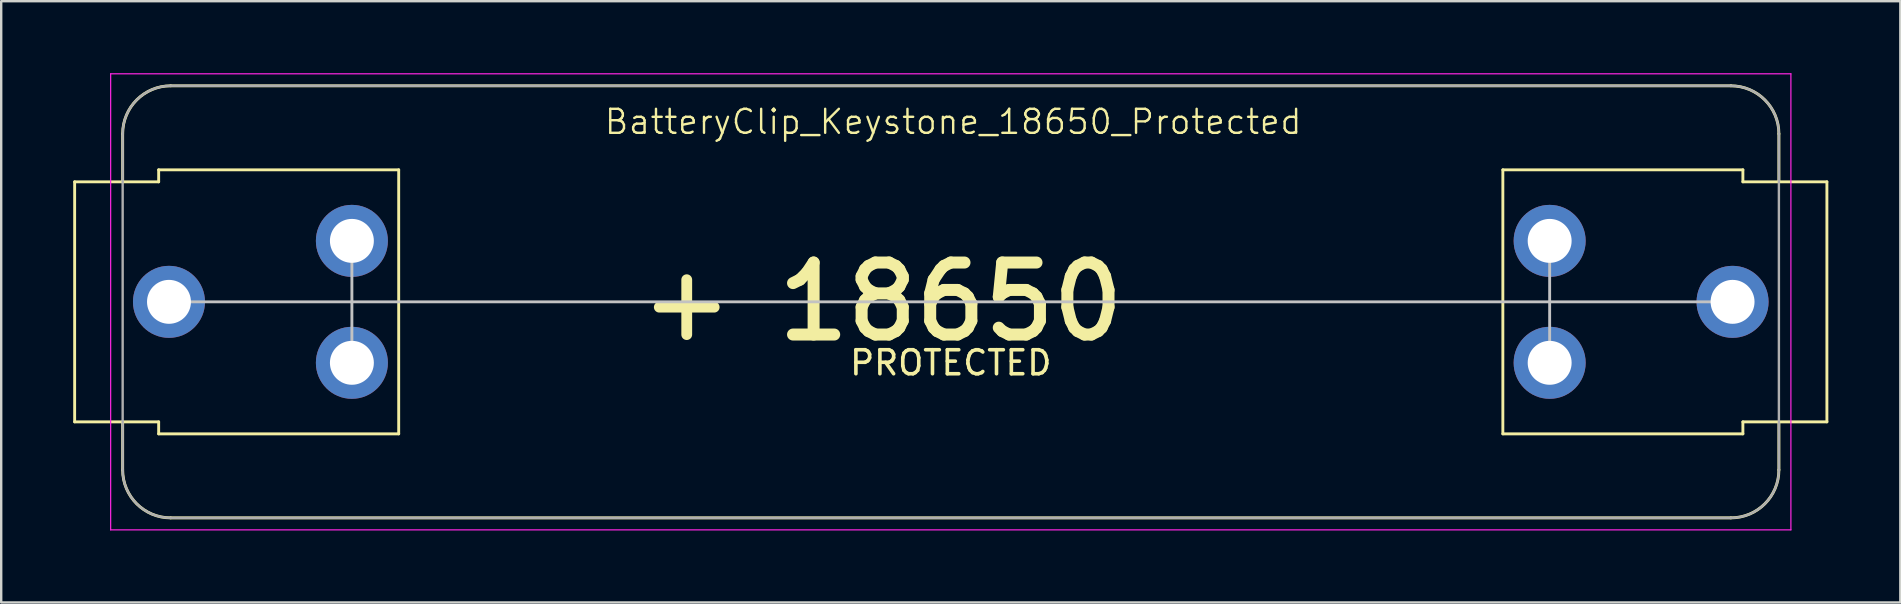
<source format=kicad_pcb>
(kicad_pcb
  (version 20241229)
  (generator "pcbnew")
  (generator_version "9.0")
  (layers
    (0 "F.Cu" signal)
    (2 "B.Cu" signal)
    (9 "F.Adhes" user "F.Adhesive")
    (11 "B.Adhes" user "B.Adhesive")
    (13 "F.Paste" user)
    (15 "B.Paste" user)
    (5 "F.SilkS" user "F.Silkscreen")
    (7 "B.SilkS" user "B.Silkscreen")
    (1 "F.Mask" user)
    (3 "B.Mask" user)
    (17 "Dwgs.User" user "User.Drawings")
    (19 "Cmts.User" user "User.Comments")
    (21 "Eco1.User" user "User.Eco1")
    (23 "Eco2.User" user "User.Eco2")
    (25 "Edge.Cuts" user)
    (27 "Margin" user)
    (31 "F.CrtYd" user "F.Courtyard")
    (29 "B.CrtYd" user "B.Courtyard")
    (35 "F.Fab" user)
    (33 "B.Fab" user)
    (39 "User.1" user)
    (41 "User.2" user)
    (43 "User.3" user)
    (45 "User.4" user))
  (footprint "BatteryClip_Keystone_18650_Protected"
    (layer "F.Cu")
    (at 36.56 9.525)
    (property "Reference" "BatteryClip_Keystone_18650_Protected" (at 0.1 -7.5 0) (unlocked yes) (layer "F.SilkS") (effects (font (size 1 1) (thickness 0.1))))
    (attr smd)
    (fp_line (start -36.5 -5) (end -33 -5) (stroke (width 0.12) (type solid)) (layer "F.SilkS"))
    (fp_line (start -36.5 5) (end -36.5 -5) (stroke (width 0.12) (type solid)) (layer "F.SilkS"))
    (fp_line (start -36.5 5) (end -33 5) (stroke (width 0.12) (type solid)) (layer "F.SilkS"))
    (fp_line (start -34.5 -5) (end -34.5 -7) (stroke (width 0.12) (type solid)) (layer "F.SilkS"))
    (fp_line (start -34.5 5) (end -34.5 7) (stroke (width 0.12) (type solid)) (layer "F.SilkS"))
    (fp_line (start -33 -5.5) (end -23 -5.5) (stroke (width 0.12) (type solid)) (layer "F.SilkS"))
    (fp_line (start -33 -5) (end -33 -5.5) (stroke (width 0.12) (type solid)) (layer "F.SilkS"))
    (fp_line (start -33 5) (end -33 5.5) (stroke (width 0.12) (type solid)) (layer "F.SilkS"))
    (fp_line (start -32.5 -9) (end 32.5 -9) (stroke (width 0.12) (type solid)) (layer "F.SilkS"))
    (fp_line (start -32.5 9) (end 32.5 9) (stroke (width 0.12) (type solid)) (layer "F.SilkS"))
    (fp_line (start -23 -5.5) (end -23 5.5) (stroke (width 0.12) (type solid)) (layer "F.SilkS"))
    (fp_line (start -23 5.5) (end -33 5.5) (stroke (width 0.12) (type solid)) (layer "F.SilkS"))
    (fp_line (start 23 -5.5) (end 33 -5.5) (stroke (width 0.12) (type solid)) (layer "F.SilkS"))
    (fp_line (start 23 5.5) (end 23 -5.5) (stroke (width 0.12) (type solid)) (layer "F.SilkS"))
    (fp_line (start 23 5.5) (end 33 5.5) (stroke (width 0.12) (type solid)) (layer "F.SilkS"))
    (fp_line (start 33 -5) (end 33 -5.5) (stroke (width 0.12) (type solid)) (layer "F.SilkS"))
    (fp_line (start 33 5) (end 33 5.5) (stroke (width 0.12) (type solid)) (layer "F.SilkS"))
    (fp_line (start 34.5 -5) (end 34.5 -7) (stroke (width 0.12) (type solid)) (layer "F.SilkS"))
    (fp_line (start 34.5 5) (end 34.5 7) (stroke (width 0.12) (type solid)) (layer "F.SilkS"))
    (fp_line (start 36.5 -5) (end 33 -5) (stroke (width 0.12) (type solid)) (layer "F.SilkS"))
    (fp_line (start 36.5 -5) (end 36.5 5) (stroke (width 0.12) (type solid)) (layer "F.SilkS"))
    (fp_line (start 36.5 5) (end 33 5) (stroke (width 0.12) (type solid)) (layer "F.SilkS"))
    (fp_arc (start -34.5 -7) (mid -33.914214 -8.414214) (end -32.5 -9) (stroke (width 0.12) (type solid)) (layer "F.SilkS"))
    (fp_arc (start -32.5 9) (mid -33.914214 8.414214) (end -34.5 7) (stroke (width 0.12) (type solid)) (layer "F.SilkS"))
    (fp_arc (start 32.5 -9) (mid 33.914214 -8.414214) (end 34.5 -7) (stroke (width 0.12) (type solid)) (layer "F.SilkS"))
    (fp_arc (start 34.5 7) (mid 33.914214 8.414214) (end 32.5 9) (stroke (width 0.12) (type solid)) (layer "F.SilkS"))
    (fp_line (start -24.95 0) (end -32.57 0) (stroke (width 0.12) (type solid)) (layer "Dwgs.User"))
    (fp_line (start -24.95 0) (end 24.95 0) (stroke (width 0.12) (type solid)) (layer "Dwgs.User"))
    (fp_line (start -24.95 2.54) (end -24.95 -2.54) (stroke (width 0.12) (type solid)) (layer "Dwgs.User"))
    (fp_line (start 24.95 0) (end 32.57 0) (stroke (width 0.12) (type solid)) (layer "Dwgs.User"))
    (fp_line (start 24.95 2.54) (end 24.95 -2.54) (stroke (width 0.12) (type solid)) (layer "Dwgs.User"))
    (fp_line (start -35 -9.5) (end 35 -9.5) (stroke (width 0.05) (type solid)) (layer "F.CrtYd"))
    (fp_line (start -35 9.5) (end -35 -9.5) (stroke (width 0.05) (type solid)) (layer "F.CrtYd"))
    (fp_line (start 35 -9.5) (end 35 9.5) (stroke (width 0.05) (type solid)) (layer "F.CrtYd"))
    (fp_line (start 35 9.5) (end -35 9.5) (stroke (width 0.05) (type solid)) (layer "F.CrtYd"))
    (fp_line (start -34.5 7) (end -34.5 -7) (stroke (width 0.1) (type solid)) (layer "F.Fab"))
    (fp_line (start -32.5 -9) (end 32.5 -9) (stroke (width 0.1) (type solid)) (layer "F.Fab"))
    (fp_line (start 32.5 9) (end -32.5 9) (stroke (width 0.1) (type solid)) (layer "F.Fab"))
    (fp_line (start 34.5 -7) (end 34.5 7) (stroke (width 0.1) (type solid)) (layer "F.Fab"))
    (fp_arc (start -34.5 -7) (mid -33.914214 -8.414214) (end -32.5 -9) (stroke (width 0.1) (type solid)) (layer "F.Fab"))
    (fp_arc (start -32.5 9) (mid -33.914214 8.414214) (end -34.5 7) (stroke (width 0.1) (type solid)) (layer "F.Fab"))
    (fp_arc (start 32.5 -9) (mid 33.914214 -8.414214) (end 34.5 -7) (stroke (width 0.1) (type solid)) (layer "F.Fab"))
    (fp_arc (start 34.5 7) (mid 33.914214 8.414214) (end 32.5 9) (stroke (width 0.1) (type solid)) (layer "F.Fab"))
    (fp_text user "18650" (at 0 0 0) (unlocked yes) (layer "F.SilkS") (effects (font (size 3 3) (thickness 0.5))))
    (fp_text user "PROTECTED" (at 0 2.54 0) (unlocked yes) (layer "F.SilkS") (effects (font (size 1 1) (thickness 0.15))))
    (fp_text user "+" (at -11 0 0) (layer "F.SilkS") (effects (font (size 3 3) (thickness 0.45))))
    (pad "1" thru_hole circle (at -32.57 0) (size 3 3) (drill 1.83) (layers "*.Cu" "*.Mask"))
    (pad "1" thru_hole circle (at -24.95 -2.54) (size 3 3) (drill 1.83) (layers "*.Cu" "*.Mask"))
    (pad "1" thru_hole circle (at -24.95 2.54) (size 3 3) (drill 1.83) (layers "*.Cu" "*.Mask"))
    (pad "2" thru_hole circle (at 24.95 -2.54) (size 3 3) (drill 1.83) (layers "*.Cu" "*.Mask"))
    (pad "2" thru_hole circle (at 24.95 2.54) (size 3 3) (drill 1.83) (layers "*.Cu" "*.Mask"))
    (pad "2" thru_hole circle (at 32.57 0) (size 3 3) (drill 1.83) (layers "*.Cu" "*.Mask")))
  (gr_rect
    (start -3 -3)
    (end 76.12 22.05)
    (stroke (width 0.1) (type default))
    (fill no)
    (layer "Edge.Cuts")))
</source>
